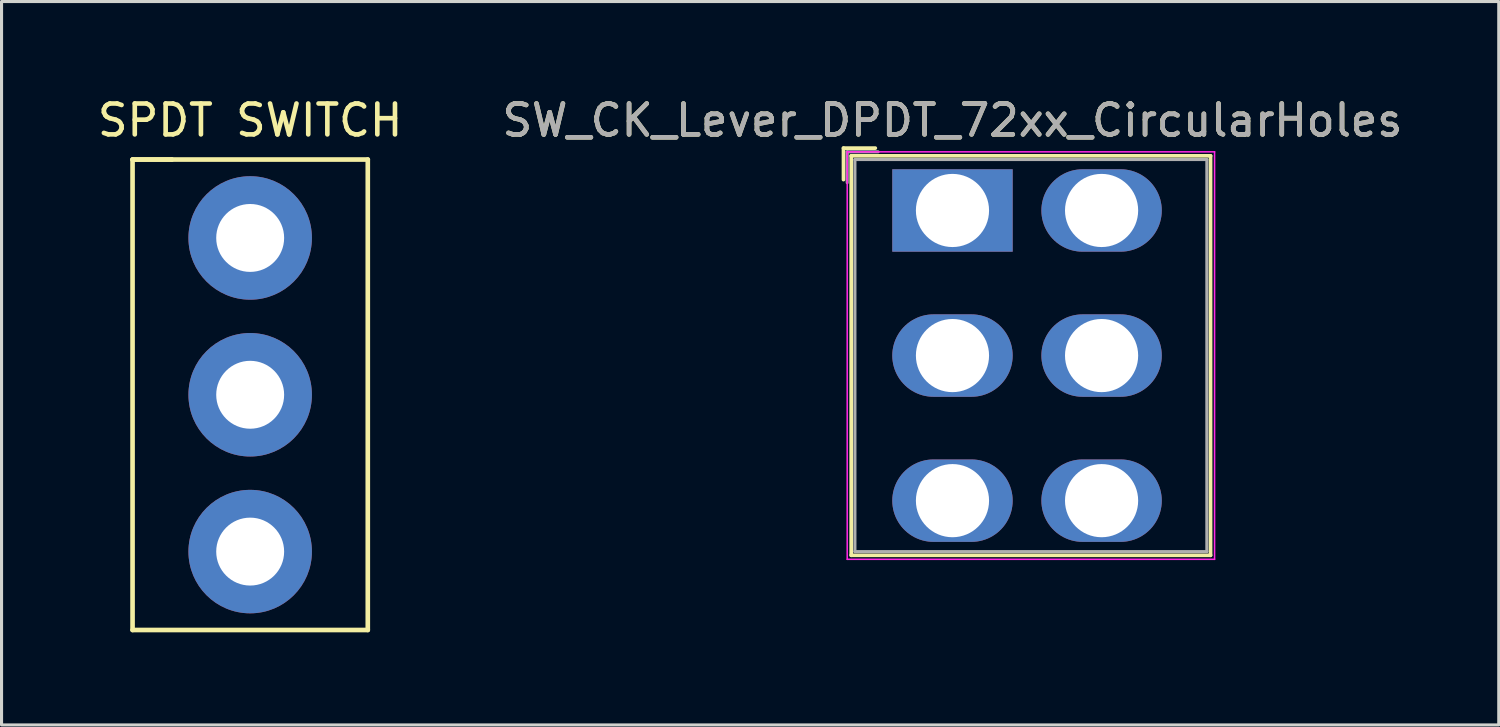
<source format=kicad_pcb>
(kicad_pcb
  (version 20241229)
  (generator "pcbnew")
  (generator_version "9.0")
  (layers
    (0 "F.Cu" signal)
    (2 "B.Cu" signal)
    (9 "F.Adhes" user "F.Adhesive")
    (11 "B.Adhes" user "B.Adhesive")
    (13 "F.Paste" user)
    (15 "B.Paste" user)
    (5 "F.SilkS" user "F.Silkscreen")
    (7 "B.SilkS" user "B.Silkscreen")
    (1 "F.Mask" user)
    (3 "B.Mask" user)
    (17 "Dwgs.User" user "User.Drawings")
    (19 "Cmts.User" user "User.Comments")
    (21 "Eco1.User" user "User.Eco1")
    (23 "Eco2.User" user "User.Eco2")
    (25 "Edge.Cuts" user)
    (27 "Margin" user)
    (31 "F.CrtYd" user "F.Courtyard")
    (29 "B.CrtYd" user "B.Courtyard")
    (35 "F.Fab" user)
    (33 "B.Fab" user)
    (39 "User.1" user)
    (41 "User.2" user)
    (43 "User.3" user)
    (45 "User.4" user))
  (footprint "SW_CK_Lever_DPDT_72xx_CircularHoles"
    (layer "F.Cu")
    (at 27.804 3.768)
    (property "Reference" "SW_CK_Lever_DPDT_72xx_CircularHoles" (at 0 -2.92 180) (layer "F.SilkS") (effects (font (size 1 1) (thickness 0.15))))
    (attr through_hole)
    (fp_line (start -3.53 -2.02) (end -3.53 -1) (stroke (width 0.12) (type solid)) (layer "F.SilkS"))
    (fp_line (start -3.53 -2.02) (end -2.5 -2.02) (stroke (width 0.12) (type solid)) (layer "F.SilkS"))
    (fp_line (start -3.28 -1.77) (end -3.28 11.17) (stroke (width 0.12) (type solid)) (layer "F.SilkS"))
    (fp_line (start -3.28 -1.77) (end 8.36 -1.77) (stroke (width 0.12) (type solid)) (layer "F.SilkS"))
    (fp_line (start -3.28 11.17) (end 8.36 11.17) (stroke (width 0.12) (type solid)) (layer "F.SilkS"))
    (fp_line (start 8.36 -1.77) (end 8.36 11.17) (stroke (width 0.12) (type solid)) (layer "F.SilkS"))
    (fp_line (start -3.41 -1.9) (end -3.41 11.3) (stroke (width 0.05) (type solid)) (layer "F.CrtYd"))
    (fp_line (start -3.41 -1.9) (end 8.49 -1.9) (stroke (width 0.05) (type solid)) (layer "F.CrtYd"))
    (fp_line (start -3.41 11.3) (end 8.49 11.3) (stroke (width 0.05) (type solid)) (layer "F.CrtYd"))
    (fp_line (start 8.49 -1.9) (end 8.49 11.3) (stroke (width 0.05) (type solid)) (layer "F.CrtYd"))
    (fp_line (start -3.41 -1.9) (end -3.41 -0.9) (stroke (width 0.1) (type solid)) (layer "F.Fab"))
    (fp_line (start -3.41 -1.9) (end -2.41 -1.9) (stroke (width 0.1) (type solid)) (layer "F.Fab"))
    (fp_line (start -3.16 -1.65) (end -3.16 11.05) (stroke (width 0.1) (type solid)) (layer "F.Fab"))
    (fp_line (start -3.16 -1.65) (end 8.24 -1.65) (stroke (width 0.1) (type solid)) (layer "F.Fab"))
    (fp_line (start -3.16 11.05) (end 8.24 11.05) (stroke (width 0.1) (type solid)) (layer "F.Fab"))
    (fp_line (start 8.24 -1.65) (end 8.24 11.05) (stroke (width 0.1) (type solid)) (layer "F.Fab"))
    (fp_text user "${REFERENCE}" (at 0 -2.92 180) (layer "F.Fab") (effects (font (size 1 1) (thickness 0.15))))
    (pad "1" thru_hole rect (at 0 0) (size 3.9 2.67) (drill 2.37) (layers "*.Cu" "*.Mask"))
    (pad "2" thru_hole oval (at 0 4.7) (size 3.9 2.67) (drill 2.37) (layers "*.Cu" "*.Mask"))
    (pad "3" thru_hole oval (at 0 9.4) (size 3.9 2.67) (drill 2.37) (layers "*.Cu" "*.Mask"))
    (pad "4" thru_hole oval (at 4.83 0) (size 3.9 2.67) (drill 2.37) (layers "*.Cu" "*.Mask"))
    (pad "5" thru_hole oval (at 4.83 4.7) (size 3.9 2.67) (drill 2.37) (layers "*.Cu" "*.Mask"))
    (pad "6" thru_hole oval (at 4.83 9.4) (size 3.9 2.67) (drill 2.37) (layers "*.Cu" "*.Mask")))
  (footprint "SPDT SWITCH"
    (layer "F.Cu")
    (at 5.054 9.738)
    (property "Reference" "SPDT SWITCH" (at 0 -8.89 0) (layer "F.SilkS") (effects (font (size 1 1) (thickness 0.15))))
    (attr through_hole)
    (fp_line (start -3.81 -7.62) (end -2.54 -7.62) (stroke (width 0.15) (type solid)) (layer "F.SilkS"))
    (fp_line (start -3.81 7.62) (end -3.81 -7.62) (stroke (width 0.15) (type solid)) (layer "F.SilkS"))
    (fp_line (start -2.54 -7.62) (end -3.81 -7.62) (stroke (width 0.15) (type solid)) (layer "F.SilkS"))
    (fp_line (start -2.54 -7.62) (end 3.81 -7.62) (stroke (width 0.15) (type solid)) (layer "F.SilkS"))
    (fp_line (start 3.81 -7.62) (end 3.81 7.62) (stroke (width 0.15) (type solid)) (layer "F.SilkS"))
    (fp_line (start 3.81 7.62) (end -3.81 7.62) (stroke (width 0.15) (type solid)) (layer "F.SilkS"))
    (pad "1" thru_hole circle (at 0 -5.08) (size 4 4) (drill 2.2) (layers "*.Cu" "*.Mask"))
    (pad "2" thru_hole circle (at 0 0) (size 4 4) (drill 2.2) (layers "*.Cu" "*.Mask"))
    (pad "3" thru_hole circle (at 0 5.08) (size 4 4) (drill 2.2) (layers "*.Cu" "*.Mask")))
  (gr_rect
    (start -3 -3)
    (end 45.5 20.433)
    (stroke (width 0.1) (type default))
    (fill no)
    (layer "Edge.Cuts")))
</source>
